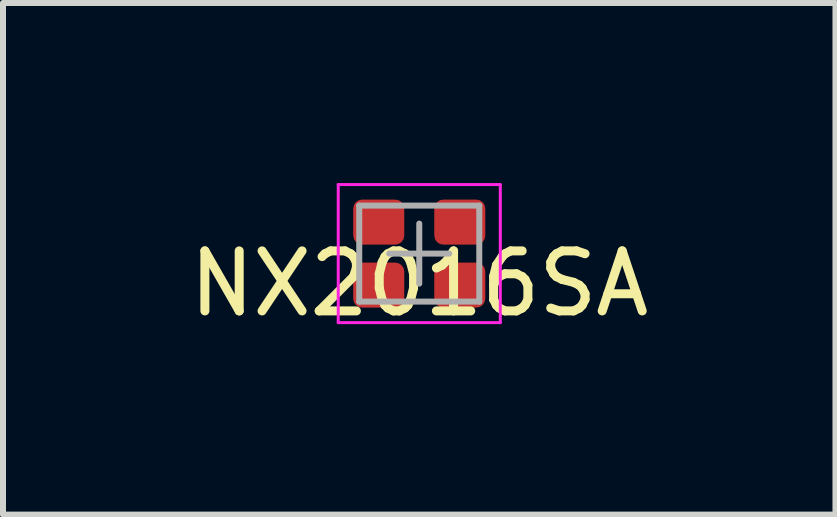
<source format=kicad_pcb>
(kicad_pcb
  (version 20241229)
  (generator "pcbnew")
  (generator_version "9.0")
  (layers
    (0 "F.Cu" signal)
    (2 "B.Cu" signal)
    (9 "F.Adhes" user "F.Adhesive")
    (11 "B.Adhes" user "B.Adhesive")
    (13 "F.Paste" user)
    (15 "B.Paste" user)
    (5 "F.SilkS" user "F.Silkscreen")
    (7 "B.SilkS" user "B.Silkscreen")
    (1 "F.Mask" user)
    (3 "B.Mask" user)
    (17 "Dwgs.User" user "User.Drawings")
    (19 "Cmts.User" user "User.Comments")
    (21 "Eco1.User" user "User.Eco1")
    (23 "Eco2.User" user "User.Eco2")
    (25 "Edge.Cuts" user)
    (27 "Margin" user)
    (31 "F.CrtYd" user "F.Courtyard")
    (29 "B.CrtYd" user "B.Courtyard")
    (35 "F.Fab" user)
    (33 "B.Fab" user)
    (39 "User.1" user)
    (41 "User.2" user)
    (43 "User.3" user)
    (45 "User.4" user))
  (footprint "NX2016SA"
    (layer "F.Cu")
    (at 3.935 1.175)
    (property "Reference" "NX2016SA" (at 0 0.5 0) (layer "F.SilkS") (effects (font (size 1 1) (thickness 0.15))))
    (attr smd)
    (fp_line (start -1.35 -1.15) (end 1.35 -1.15) (stroke (width 0.05) (type solid)) (layer "F.CrtYd"))
    (fp_line (start -1.35 1.15) (end -1.35 -1.15) (stroke (width 0.05) (type solid)) (layer "F.CrtYd"))
    (fp_line (start 1.35 -1.15) (end 1.35 1.15) (stroke (width 0.05) (type solid)) (layer "F.CrtYd"))
    (fp_line (start 1.35 1.15) (end -1.35 1.15) (stroke (width 0.05) (type solid)) (layer "F.CrtYd"))
    (fp_line (start -1 -0.8) (end -1 0.8) (stroke (width 0.1) (type solid)) (layer "F.Fab"))
    (fp_line (start -1 0.8) (end 1 0.8) (stroke (width 0.1) (type solid)) (layer "F.Fab"))
    (fp_line (start -0.5 0) (end 0.5 0) (stroke (width 0.1) (type solid)) (layer "F.Fab"))
    (fp_line (start 0 -0.5) (end 0 0.5) (stroke (width 0.1) (type solid)) (layer "F.Fab"))
    (fp_line (start 1 -0.8) (end -1 -0.8) (stroke (width 0.1) (type solid)) (layer "F.Fab"))
    (fp_line (start 1 0.8) (end 1 -0.8) (stroke (width 0.1) (type solid)) (layer "F.Fab"))
    (pad "1" smd roundrect (at -0.675 0.525) (size 0.85 0.75) (layers "F.Cu" "F.Mask" "F.Paste") (roundrect_rratio 0.2))
    (pad "2" smd roundrect (at 0.675 0.525) (size 0.85 0.75) (layers "F.Cu" "F.Mask" "F.Paste") (roundrect_rratio 0.2))
    (pad "3" smd roundrect (at 0.675 -0.525) (size 0.85 0.75) (layers "F.Cu" "F.Mask" "F.Paste") (roundrect_rratio 0.2))
    (pad "4" smd roundrect (at -0.675 -0.525) (size 0.85 0.75) (layers "F.Cu" "F.Mask" "F.Paste") (roundrect_rratio 0.2)))
  (gr_rect
    (start -3 -3)
    (end 10.869 5.523)
    (stroke (width 0.1) (type default))
    (fill no)
    (layer "Edge.Cuts")))
</source>
